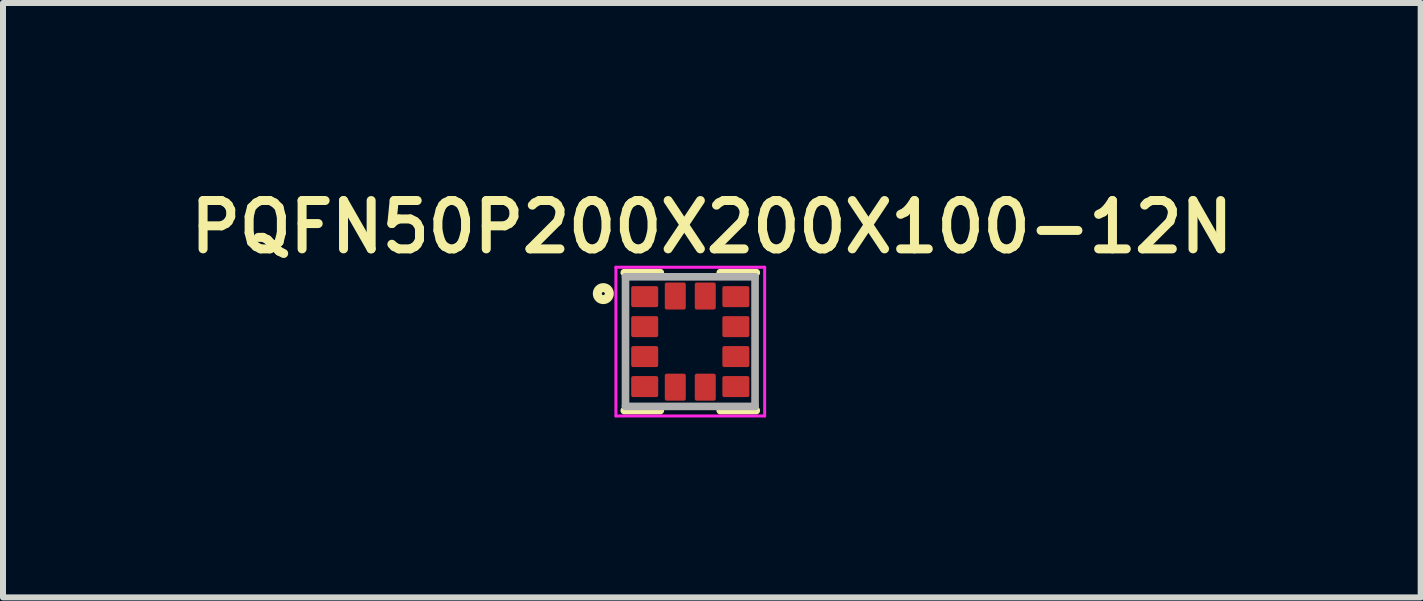
<source format=kicad_pcb>
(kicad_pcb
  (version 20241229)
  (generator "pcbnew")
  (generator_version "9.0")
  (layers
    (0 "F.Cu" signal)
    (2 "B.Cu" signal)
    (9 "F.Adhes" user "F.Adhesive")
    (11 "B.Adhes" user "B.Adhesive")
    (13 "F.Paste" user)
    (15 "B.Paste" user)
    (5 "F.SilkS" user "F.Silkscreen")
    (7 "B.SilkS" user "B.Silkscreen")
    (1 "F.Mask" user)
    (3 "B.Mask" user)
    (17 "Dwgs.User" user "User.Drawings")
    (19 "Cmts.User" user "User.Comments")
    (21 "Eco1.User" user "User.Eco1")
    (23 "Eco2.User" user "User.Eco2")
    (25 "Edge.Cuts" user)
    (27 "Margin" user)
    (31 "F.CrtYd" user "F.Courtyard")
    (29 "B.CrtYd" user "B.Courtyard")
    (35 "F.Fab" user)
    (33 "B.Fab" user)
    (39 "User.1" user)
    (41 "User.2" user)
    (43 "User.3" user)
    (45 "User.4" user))
  (footprint "PQFN50P200X200X100-12N"
    (layer "F.Cu")
    (at 8.458 2.645)
    (property "Reference" "PQFN50P200X200X100-12N" (at 0.36 -1.911 0) (layer "F.SilkS") (effects (font (size 0.806 0.806) (thickness 0.15))))
    (attr smd)
    (fp_line (start -1.1 -1.15) (end -0.5 -1.15) (stroke (width 0.127) (type solid)) (layer "F.SilkS"))
    (fp_line (start -1.1 1.15) (end -0.5 1.15) (stroke (width 0.127) (type solid)) (layer "F.SilkS"))
    (fp_line (start 1.1 -1.15) (end 0.5 -1.15) (stroke (width 0.127) (type solid)) (layer "F.SilkS"))
    (fp_line (start 1.1 1.15) (end 0.5 1.15) (stroke (width 0.127) (type solid)) (layer "F.SilkS"))
    (fp_circle (center -1.45 -0.8) (end -1.35 -0.8) (stroke (width 0.15) (type solid)) (fill no) (layer "F.SilkS"))
    (fp_line (start -1.24 -1.24) (end 1.24 -1.24) (stroke (width 0.05) (type solid)) (layer "F.CrtYd"))
    (fp_line (start -1.24 1.24) (end -1.24 -1.24) (stroke (width 0.05) (type solid)) (layer "F.CrtYd"))
    (fp_line (start 1.24 -1.24) (end 1.24 1.24) (stroke (width 0.05) (type solid)) (layer "F.CrtYd"))
    (fp_line (start 1.24 1.24) (end -1.24 1.24) (stroke (width 0.05) (type solid)) (layer "F.CrtYd"))
    (fp_line (start -1.08 -1.08) (end 1.08 -1.08) (stroke (width 0.127) (type solid)) (layer "F.Fab"))
    (fp_line (start -1.08 1.08) (end -1.08 -1.08) (stroke (width 0.127) (type solid)) (layer "F.Fab"))
    (fp_line (start 1.08 -1.08) (end 1.08 1.08) (stroke (width 0.127) (type solid)) (layer "F.Fab"))
    (fp_line (start 1.08 1.08) (end -1.08 1.08) (stroke (width 0.127) (type solid)) (layer "F.Fab"))
    (pad "1" smd roundrect (at -0.76 -0.75) (size 0.45 0.35) (layers "F.Cu" "F.Mask" "F.Paste") (roundrect_rratio 0.09))
    (pad "2" smd roundrect (at -0.76 -0.25) (size 0.45 0.35) (layers "F.Cu" "F.Mask" "F.Paste") (roundrect_rratio 0.09))
    (pad "3" smd roundrect (at -0.76 0.25) (size 0.45 0.35) (layers "F.Cu" "F.Mask" "F.Paste") (roundrect_rratio 0.09))
    (pad "4" smd roundrect (at -0.76 0.75) (size 0.45 0.35) (layers "F.Cu" "F.Mask" "F.Paste") (roundrect_rratio 0.09))
    (pad "5" smd roundrect (at -0.25 0.76 90) (size 0.45 0.35) (layers "F.Cu" "F.Mask" "F.Paste") (roundrect_rratio 0.09))
    (pad "6" smd roundrect (at 0.25 0.76 90) (size 0.45 0.35) (layers "F.Cu" "F.Mask" "F.Paste") (roundrect_rratio 0.09))
    (pad "7" smd roundrect (at 0.76 0.75) (size 0.45 0.35) (layers "F.Cu" "F.Mask" "F.Paste") (roundrect_rratio 0.09))
    (pad "8" smd roundrect (at 0.76 0.25) (size 0.45 0.35) (layers "F.Cu" "F.Mask" "F.Paste") (roundrect_rratio 0.09))
    (pad "9" smd roundrect (at 0.76 -0.25) (size 0.45 0.35) (layers "F.Cu" "F.Mask" "F.Paste") (roundrect_rratio 0.09))
    (pad "10" smd roundrect (at 0.76 -0.75) (size 0.45 0.35) (layers "F.Cu" "F.Mask" "F.Paste") (roundrect_rratio 0.09))
    (pad "11" smd roundrect (at 0.25 -0.76 90) (size 0.45 0.35) (layers "F.Cu" "F.Mask" "F.Paste") (roundrect_rratio 0.09))
    (pad "12" smd roundrect (at -0.25 -0.76 90) (size 0.45 0.35) (layers "F.Cu" "F.Mask" "F.Paste") (roundrect_rratio 0.09)))
  (gr_rect
    (start -3 -3)
    (end 20.635 6.91)
    (stroke (width 0.1) (type default))
    (fill no)
    (layer "Edge.Cuts")))
</source>
